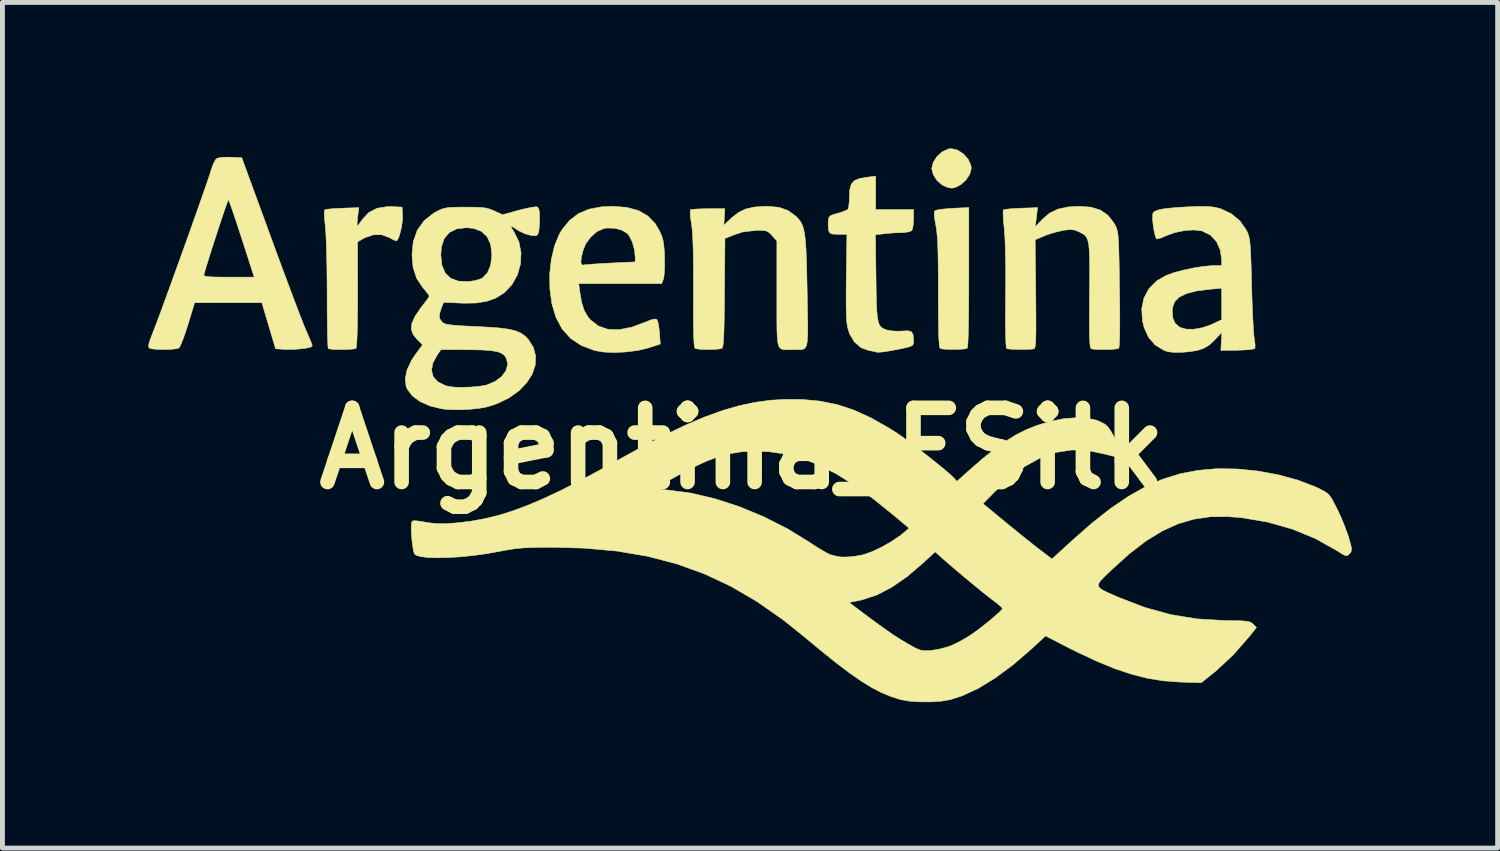
<source format=kicad_pcb>
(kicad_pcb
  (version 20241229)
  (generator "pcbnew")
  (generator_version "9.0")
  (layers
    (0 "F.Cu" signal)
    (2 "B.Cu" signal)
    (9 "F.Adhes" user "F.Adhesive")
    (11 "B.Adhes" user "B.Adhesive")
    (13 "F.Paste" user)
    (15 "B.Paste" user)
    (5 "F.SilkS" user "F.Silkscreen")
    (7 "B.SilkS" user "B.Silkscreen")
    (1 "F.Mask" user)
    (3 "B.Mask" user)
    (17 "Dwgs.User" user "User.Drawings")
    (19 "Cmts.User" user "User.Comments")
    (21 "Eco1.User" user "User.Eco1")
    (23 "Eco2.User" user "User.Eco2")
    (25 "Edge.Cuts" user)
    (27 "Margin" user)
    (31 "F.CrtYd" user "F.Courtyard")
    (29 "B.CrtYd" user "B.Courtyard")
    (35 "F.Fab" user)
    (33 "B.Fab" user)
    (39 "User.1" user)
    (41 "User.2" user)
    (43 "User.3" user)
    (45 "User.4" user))
  (footprint "Argentina_FSilk"
    (layer "F.Cu")
    (at 12.209 6.169)
    (property "Reference" "Argentina_FSilk" (at 0 0 0) (layer "F.SilkS") (effects (font (size 1.524 1.524) (thickness 0.3))))
    (attr through_hole)
    (fp_poly (pts (xy 4.425 -6.134) (xy 4.548 -6.054) (xy 4.646 -5.942) (xy 4.701 -5.815) (xy 4.707 -5.757) (xy 4.677 -5.638) (xy 4.599 -5.521) (xy 4.491 -5.423) (xy 4.371 -5.362) (xy 4.301 -5.351) (xy 4.215 -5.369) (xy 4.117 -5.412) (xy 4.108 -5.417) (xy 4.002 -5.51) (xy 3.926 -5.631) (xy 3.895 -5.753) (xy 3.895 -5.757) (xy 3.925 -5.882) (xy 4.003 -6.002) (xy 4.112 -6.099) (xy 4.235 -6.156) (xy 4.294 -6.164) (xy 4.425 -6.134)) (stroke (width 0.01) (type solid)) (fill yes) (layer "F.SilkS"))
    (fp_poly (pts (xy 4.657 -3.518) (xy 4.656 -3.129) (xy 4.654 -2.798) (xy 4.65 -2.525) (xy 4.645 -2.313) (xy 4.638 -2.163) (xy 4.629 -2.078) (xy 4.623 -2.058) (xy 4.574 -2.046) (xy 4.479 -2.039) (xy 4.36 -2.036) (xy 4.238 -2.037) (xy 4.135 -2.043) (xy 4.073 -2.054) (xy 4.072 -2.054) (xy 4.06 -2.074) (xy 4.051 -2.128) (xy 4.043 -2.219) (xy 4.037 -2.354) (xy 4.034 -2.539) (xy 4.031 -2.779) (xy 4.03 -3.078) (xy 4.03 -3.205) (xy 4.029 -3.539) (xy 4.027 -3.813) (xy 4.023 -4.036) (xy 4.017 -4.215) (xy 4.008 -4.357) (xy 3.997 -4.472) (xy 3.983 -4.566) (xy 3.977 -4.595) (xy 3.95 -4.753) (xy 3.946 -4.851) (xy 3.958 -4.886) (xy 4.005 -4.903) (xy 4.103 -4.918) (xy 4.236 -4.931) (xy 4.325 -4.937) (xy 4.657 -4.953) (xy 4.657 -3.518)) (stroke (width 0.01) (type solid)) (fill yes) (layer "F.SilkS"))
    (fp_poly (pts (xy -7.205 -4.972) (xy -6.993 -4.961) (xy -6.983 -4.799) (xy -6.986 -4.692) (xy -7.002 -4.569) (xy -7.029 -4.447) (xy -7.06 -4.345) (xy -7.093 -4.28) (xy -7.112 -4.267) (xy -7.16 -4.284) (xy -7.237 -4.324) (xy -7.255 -4.335) (xy -7.412 -4.393) (xy -7.585 -4.392) (xy -7.757 -4.333) (xy -7.772 -4.325) (xy -7.908 -4.248) (xy -7.907 -3.165) (xy -7.908 -2.835) (xy -7.911 -2.559) (xy -7.917 -2.341) (xy -7.924 -2.182) (xy -7.933 -2.087) (xy -7.941 -2.058) (xy -7.991 -2.045) (xy -8.085 -2.037) (xy -8.204 -2.033) (xy -8.327 -2.034) (xy -8.432 -2.039) (xy -8.499 -2.049) (xy -8.512 -2.055) (xy -8.517 -2.093) (xy -8.522 -2.19) (xy -8.527 -2.34) (xy -8.53 -2.532) (xy -8.533 -2.759) (xy -8.534 -3.013) (xy -8.534 -3.178) (xy -8.536 -3.475) (xy -8.539 -3.759) (xy -8.545 -4.02) (xy -8.552 -4.247) (xy -8.561 -4.43) (xy -8.57 -4.558) (xy -8.573 -4.579) (xy -8.587 -4.715) (xy -8.594 -4.825) (xy -8.591 -4.892) (xy -8.587 -4.903) (xy -8.545 -4.915) (xy -8.451 -4.926) (xy -8.32 -4.935) (xy -8.223 -4.939) (xy -7.882 -4.951) (xy -7.906 -4.762) (xy -7.916 -4.659) (xy -7.919 -4.59) (xy -7.915 -4.572) (xy -7.889 -4.598) (xy -7.841 -4.663) (xy -7.808 -4.71) (xy -7.678 -4.851) (xy -7.508 -4.938) (xy -7.296 -4.972) (xy -7.205 -4.972)) (stroke (width 0.01) (type solid)) (fill yes) (layer "F.SilkS"))
    (fp_poly (pts (xy 2.743 -4.911) (xy 3.522 -4.911) (xy 3.522 -4.714) (xy 3.515 -4.6) (xy 3.498 -4.512) (xy 3.481 -4.477) (xy 3.426 -4.454) (xy 3.33 -4.439) (xy 3.27 -4.436) (xy 3.127 -4.432) (xy 2.972 -4.42) (xy 2.919 -4.414) (xy 2.738 -4.393) (xy 2.749 -3.509) (xy 2.753 -3.222) (xy 2.758 -2.994) (xy 2.766 -2.82) (xy 2.779 -2.689) (xy 2.797 -2.596) (xy 2.823 -2.532) (xy 2.859 -2.489) (xy 2.905 -2.461) (xy 2.964 -2.438) (xy 2.976 -2.434) (xy 3.077 -2.416) (xy 3.207 -2.41) (xy 3.287 -2.414) (xy 3.408 -2.419) (xy 3.479 -2.398) (xy 3.512 -2.338) (xy 3.521 -2.227) (xy 3.522 -2.195) (xy 3.517 -2.148) (xy 3.495 -2.116) (xy 3.439 -2.091) (xy 3.337 -2.066) (xy 3.277 -2.053) (xy 3.052 -2.009) (xy 2.89 -1.984) (xy 2.79 -1.977) (xy 2.76 -1.981) (xy 2.707 -1.994) (xy 2.618 -2.011) (xy 2.599 -2.014) (xy 2.44 -2.073) (xy 2.306 -2.189) (xy 2.209 -2.35) (xy 2.181 -2.429) (xy 2.164 -2.498) (xy 2.151 -2.579) (xy 2.142 -2.681) (xy 2.137 -2.813) (xy 2.135 -2.985) (xy 2.135 -3.206) (xy 2.138 -3.484) (xy 2.138 -3.509) (xy 2.151 -4.403) (xy 1.973 -4.403) (xy 1.868 -4.406) (xy 1.811 -4.421) (xy 1.784 -4.457) (xy 1.776 -4.483) (xy 1.765 -4.574) (xy 1.767 -4.675) (xy 1.778 -4.741) (xy 1.807 -4.781) (xy 1.871 -4.81) (xy 1.964 -4.835) (xy 2.07 -4.868) (xy 2.149 -4.902) (xy 2.175 -4.922) (xy 2.189 -4.976) (xy 2.199 -5.073) (xy 2.201 -5.148) (xy 2.21 -5.317) (xy 2.24 -5.432) (xy 2.304 -5.506) (xy 2.412 -5.55) (xy 2.576 -5.578) (xy 2.581 -5.578) (xy 2.743 -5.597) (xy 2.743 -4.911)) (stroke (width 0.01) (type solid)) (fill yes) (layer "F.SilkS"))
    (fp_poly (pts (xy -2.379 -4.957) (xy -2.138 -4.892) (xy -1.943 -4.781) (xy -1.79 -4.622) (xy -1.705 -4.479) (xy -1.659 -4.378) (xy -1.63 -4.283) (xy -1.612 -4.174) (xy -1.601 -4.029) (xy -1.598 -3.929) (xy -1.596 -3.764) (xy -1.601 -3.62) (xy -1.613 -3.515) (xy -1.622 -3.48) (xy -1.658 -3.387) (xy -3.362 -3.387) (xy -3.338 -3.209) (xy -3.301 -2.997) (xy -3.248 -2.834) (xy -3.173 -2.705) (xy -3.117 -2.639) (xy -2.954 -2.515) (xy -2.759 -2.449) (xy -2.531 -2.442) (xy -2.27 -2.494) (xy -1.988 -2.599) (xy -1.865 -2.648) (xy -1.789 -2.662) (xy -1.755 -2.649) (xy -1.734 -2.599) (xy -1.715 -2.502) (xy -1.702 -2.379) (xy -1.685 -2.146) (xy -1.935 -2.066) (xy -2.146 -2.015) (xy -2.385 -1.984) (xy -2.628 -1.972) (xy -2.854 -1.982) (xy -3.039 -2.014) (xy -3.04 -2.015) (xy -3.311 -2.118) (xy -3.531 -2.265) (xy -3.704 -2.458) (xy -3.832 -2.699) (xy -3.914 -2.975) (xy -3.955 -3.277) (xy -3.959 -3.587) (xy -3.933 -3.82) (xy -3.318 -3.82) (xy -3.294 -3.772) (xy -3.26 -3.772) (xy -3.206 -3.779) (xy -3.098 -3.788) (xy -2.95 -3.798) (xy -2.776 -3.808) (xy -2.701 -3.812) (xy -2.201 -3.835) (xy -2.201 -3.935) (xy -2.218 -4.093) (xy -2.263 -4.249) (xy -2.327 -4.376) (xy -2.361 -4.417) (xy -2.47 -4.486) (xy -2.617 -4.526) (xy -2.776 -4.532) (xy -2.845 -4.521) (xy -2.984 -4.46) (xy -3.113 -4.35) (xy -3.217 -4.208) (xy -3.268 -4.088) (xy -3.309 -3.925) (xy -3.318 -3.82) (xy -3.933 -3.82) (xy -3.925 -3.889) (xy -3.858 -4.169) (xy -3.758 -4.41) (xy -3.707 -4.496) (xy -3.552 -4.687) (xy -3.369 -4.827) (xy -3.152 -4.919) (xy -2.892 -4.968) (xy -2.67 -4.978) (xy -2.379 -4.957)) (stroke (width 0.01) (type solid)) (fill yes) (layer "F.SilkS"))
    (fp_poly (pts (xy -10.511 -5.987) (xy -10.289 -5.977) (xy -9.688 -4.335) (xy -9.568 -4.007) (xy -9.451 -3.69) (xy -9.339 -3.391) (xy -9.237 -3.118) (xy -9.146 -2.878) (xy -9.069 -2.678) (xy -9.009 -2.526) (xy -8.969 -2.429) (xy -8.963 -2.417) (xy -8.908 -2.29) (xy -8.865 -2.186) (xy -8.842 -2.119) (xy -8.839 -2.107) (xy -8.87 -2.084) (xy -8.953 -2.064) (xy -9.071 -2.048) (xy -9.207 -2.037) (xy -9.347 -2.035) (xy -9.428 -2.038) (xy -9.594 -2.049) (xy -9.735 -2.523) (xy -9.876 -2.997) (xy -11.258 -2.997) (xy -11.395 -2.547) (xy -11.448 -2.381) (xy -11.5 -2.237) (xy -11.544 -2.13) (xy -11.576 -2.071) (xy -11.582 -2.065) (xy -11.644 -2.048) (xy -11.75 -2.038) (xy -11.879 -2.034) (xy -12.009 -2.036) (xy -12.118 -2.045) (xy -12.184 -2.06) (xy -12.187 -2.062) (xy -12.204 -2.088) (xy -12.201 -2.139) (xy -12.175 -2.228) (xy -12.124 -2.364) (xy -12.113 -2.392) (xy -12.066 -2.512) (xy -12.002 -2.681) (xy -11.924 -2.892) (xy -11.835 -3.137) (xy -11.737 -3.406) (xy -11.678 -3.569) (xy -11.068 -3.569) (xy -11.062 -3.551) (xy -11.026 -3.538) (xy -10.952 -3.529) (xy -10.831 -3.524) (xy -10.656 -3.522) (xy -10.556 -3.522) (xy -10.033 -3.522) (xy -10.29 -4.318) (xy -10.361 -4.537) (xy -10.426 -4.733) (xy -10.482 -4.897) (xy -10.526 -5.021) (xy -10.555 -5.095) (xy -10.565 -5.114) (xy -10.578 -5.083) (xy -10.609 -4.999) (xy -10.653 -4.871) (xy -10.706 -4.711) (xy -10.766 -4.53) (xy -10.829 -4.337) (xy -10.892 -4.144) (xy -10.95 -3.962) (xy -11 -3.801) (xy -11.039 -3.672) (xy -11.064 -3.586) (xy -11.068 -3.569) (xy -11.678 -3.569) (xy -11.633 -3.693) (xy -11.526 -3.99) (xy -11.419 -4.287) (xy -11.316 -4.577) (xy -11.218 -4.852) (xy -11.13 -5.104) (xy -11.053 -5.324) (xy -10.99 -5.505) (xy -10.945 -5.639) (xy -10.921 -5.716) (xy -10.875 -5.848) (xy -10.827 -5.937) (xy -10.798 -5.963) (xy -10.732 -5.98) (xy -10.624 -5.988) (xy -10.511 -5.987)) (stroke (width 0.01) (type solid)) (fill yes) (layer "F.SilkS"))
    (fp_poly (pts (xy 0.755 -4.957) (xy 0.942 -4.891) (xy 1.102 -4.773) (xy 1.108 -4.768) (xy 1.159 -4.714) (xy 1.201 -4.658) (xy 1.235 -4.591) (xy 1.262 -4.507) (xy 1.283 -4.398) (xy 1.299 -4.258) (xy 1.311 -4.079) (xy 1.32 -3.854) (xy 1.327 -3.576) (xy 1.334 -3.238) (xy 1.334 -3.212) (xy 1.34 -2.897) (xy 1.345 -2.644) (xy 1.346 -2.445) (xy 1.343 -2.293) (xy 1.334 -2.184) (xy 1.317 -2.109) (xy 1.289 -2.063) (xy 1.251 -2.039) (xy 1.199 -2.03) (xy 1.133 -2.03) (xy 1.051 -2.032) (xy 1.033 -2.032) (xy 0.946 -2.03) (xy 0.876 -2.03) (xy 0.821 -2.037) (xy 0.78 -2.06) (xy 0.75 -2.103) (xy 0.731 -2.174) (xy 0.719 -2.28) (xy 0.713 -2.427) (xy 0.711 -2.622) (xy 0.711 -2.872) (xy 0.711 -3.17) (xy 0.711 -4.266) (xy 0.612 -4.377) (xy 0.555 -4.436) (xy 0.503 -4.468) (xy 0.432 -4.482) (xy 0.321 -4.484) (xy 0.282 -4.483) (xy 0.008 -4.45) (xy -0.152 -4.398) (xy -0.356 -4.318) (xy -0.365 -3.202) (xy -0.368 -2.877) (xy -0.372 -2.614) (xy -0.377 -2.409) (xy -0.384 -2.256) (xy -0.392 -2.15) (xy -0.403 -2.087) (xy -0.415 -2.06) (xy -0.415 -2.06) (xy -0.472 -2.045) (xy -0.573 -2.037) (xy -0.697 -2.034) (xy -0.819 -2.036) (xy -0.919 -2.045) (xy -0.97 -2.058) (xy -0.982 -2.086) (xy -0.991 -2.159) (xy -0.998 -2.279) (xy -1.002 -2.451) (xy -1.005 -2.68) (xy -1.005 -2.969) (xy -1.004 -3.217) (xy -1.004 -3.588) (xy -1.006 -3.897) (xy -1.011 -4.149) (xy -1.019 -4.349) (xy -1.03 -4.503) (xy -1.044 -4.617) (xy -1.044 -4.617) (xy -1.063 -4.744) (xy -1.071 -4.845) (xy -1.069 -4.9) (xy -1.067 -4.905) (xy -1.025 -4.915) (xy -0.932 -4.922) (xy -0.801 -4.927) (xy -0.701 -4.928) (xy -0.358 -4.928) (xy -0.368 -4.759) (xy -0.379 -4.591) (xy -0.212 -4.747) (xy -0.078 -4.852) (xy 0.068 -4.922) (xy 0.243 -4.962) (xy 0.462 -4.978) (xy 0.528 -4.978) (xy 0.755 -4.957)) (stroke (width 0.01) (type solid)) (fill yes) (layer "F.SilkS"))
    (fp_poly (pts (xy 7.171 -4.96) (xy 7.361 -4.901) (xy 7.512 -4.798) (xy 7.635 -4.643) (xy 7.666 -4.589) (xy 7.685 -4.55) (xy 7.701 -4.508) (xy 7.714 -4.456) (xy 7.724 -4.386) (xy 7.731 -4.291) (xy 7.738 -4.163) (xy 7.743 -3.995) (xy 7.748 -3.779) (xy 7.752 -3.509) (xy 7.755 -3.268) (xy 7.76 -2.912) (xy 7.761 -2.616) (xy 7.759 -2.381) (xy 7.755 -2.208) (xy 7.748 -2.1) (xy 7.739 -2.058) (xy 7.739 -2.058) (xy 7.689 -2.046) (xy 7.594 -2.037) (xy 7.474 -2.033) (xy 7.35 -2.033) (xy 7.244 -2.038) (xy 7.178 -2.048) (xy 7.174 -2.049) (xy 7.161 -2.066) (xy 7.151 -2.108) (xy 7.144 -2.183) (xy 7.139 -2.296) (xy 7.136 -2.454) (xy 7.136 -2.664) (xy 7.137 -2.93) (xy 7.138 -3.141) (xy 7.141 -3.458) (xy 7.142 -3.714) (xy 7.139 -3.917) (xy 7.133 -4.073) (xy 7.122 -4.191) (xy 7.104 -4.276) (xy 7.079 -4.337) (xy 7.045 -4.38) (xy 7.001 -4.413) (xy 6.946 -4.442) (xy 6.928 -4.451) (xy 6.842 -4.487) (xy 6.763 -4.5) (xy 6.661 -4.492) (xy 6.589 -4.481) (xy 6.437 -4.446) (xy 6.279 -4.397) (xy 6.202 -4.367) (xy 6.021 -4.29) (xy 6.033 -3.178) (xy 6.036 -2.865) (xy 6.037 -2.613) (xy 6.037 -2.417) (xy 6.034 -2.27) (xy 6.029 -2.166) (xy 6.021 -2.098) (xy 6.011 -2.061) (xy 6 -2.049) (xy 5.944 -2.041) (xy 5.843 -2.036) (xy 5.72 -2.035) (xy 5.596 -2.037) (xy 5.494 -2.043) (xy 5.437 -2.051) (xy 5.436 -2.052) (xy 5.425 -2.09) (xy 5.418 -2.194) (xy 5.413 -2.361) (xy 5.41 -2.59) (xy 5.411 -2.878) (xy 5.413 -3.124) (xy 5.415 -3.492) (xy 5.413 -3.821) (xy 5.407 -4.105) (xy 5.399 -4.336) (xy 5.386 -4.507) (xy 5.384 -4.532) (xy 5.369 -4.679) (xy 5.362 -4.8) (xy 5.362 -4.88) (xy 5.367 -4.904) (xy 5.409 -4.915) (xy 5.503 -4.926) (xy 5.633 -4.935) (xy 5.731 -4.939) (xy 6.071 -4.951) (xy 6.023 -4.555) (xy 6.17 -4.712) (xy 6.317 -4.838) (xy 6.492 -4.921) (xy 6.706 -4.966) (xy 6.933 -4.978) (xy 7.171 -4.96)) (stroke (width 0.01) (type solid)) (fill yes) (layer "F.SilkS"))
    (fp_poly (pts (xy 9.537 -4.975) (xy 9.653 -4.967) (xy 9.749 -4.951) (xy 9.834 -4.928) (xy 10.051 -4.827) (xy 10.232 -4.676) (xy 10.364 -4.487) (xy 10.368 -4.479) (xy 10.391 -4.429) (xy 10.41 -4.377) (xy 10.424 -4.316) (xy 10.435 -4.236) (xy 10.444 -4.129) (xy 10.452 -3.986) (xy 10.459 -3.799) (xy 10.466 -3.559) (xy 10.471 -3.353) (xy 10.478 -3.095) (xy 10.487 -2.853) (xy 10.497 -2.636) (xy 10.508 -2.454) (xy 10.518 -2.319) (xy 10.527 -2.239) (xy 10.528 -2.235) (xy 10.542 -2.138) (xy 10.54 -2.069) (xy 10.533 -2.053) (xy 10.488 -2.04) (xy 10.392 -2.029) (xy 10.261 -2.022) (xy 10.171 -2.019) (xy 9.838 -2.015) (xy 9.848 -2.201) (xy 9.859 -2.388) (xy 9.711 -2.23) (xy 9.603 -2.129) (xy 9.488 -2.059) (xy 9.351 -2.014) (xy 9.173 -1.987) (xy 9.042 -1.977) (xy 8.871 -1.975) (xy 8.746 -1.99) (xy 8.67 -2.016) (xy 8.486 -2.129) (xy 8.351 -2.285) (xy 8.26 -2.488) (xy 8.226 -2.627) (xy 8.214 -2.827) (xy 8.839 -2.827) (xy 8.852 -2.678) (xy 8.897 -2.575) (xy 8.982 -2.5) (xy 9.001 -2.489) (xy 9.122 -2.453) (xy 9.282 -2.451) (xy 9.461 -2.483) (xy 9.641 -2.545) (xy 9.663 -2.556) (xy 9.855 -2.647) (xy 9.855 -3.294) (xy 9.603 -3.272) (xy 9.336 -3.237) (xy 9.132 -3.184) (xy 8.984 -3.112) (xy 8.89 -3.018) (xy 8.845 -2.898) (xy 8.839 -2.827) (xy 8.214 -2.827) (xy 8.211 -2.872) (xy 8.258 -3.095) (xy 8.363 -3.289) (xy 8.523 -3.448) (xy 8.712 -3.556) (xy 8.87 -3.613) (xy 9.07 -3.666) (xy 9.285 -3.712) (xy 9.491 -3.744) (xy 9.661 -3.759) (xy 9.677 -3.759) (xy 9.855 -3.759) (xy 9.855 -3.869) (xy 9.827 -4.077) (xy 9.749 -4.252) (xy 9.625 -4.385) (xy 9.46 -4.468) (xy 9.446 -4.472) (xy 9.285 -4.492) (xy 9.091 -4.479) (xy 8.888 -4.437) (xy 8.701 -4.368) (xy 8.689 -4.363) (xy 8.598 -4.324) (xy 8.532 -4.307) (xy 8.514 -4.31) (xy 8.492 -4.361) (xy 8.469 -4.457) (xy 8.449 -4.575) (xy 8.436 -4.694) (xy 8.434 -4.746) (xy 8.438 -4.824) (xy 8.465 -4.867) (xy 8.533 -4.896) (xy 8.577 -4.909) (xy 8.665 -4.926) (xy 8.803 -4.942) (xy 8.973 -4.957) (xy 9.157 -4.967) (xy 9.183 -4.968) (xy 9.386 -4.975) (xy 9.537 -4.975)) (stroke (width 0.01) (type solid)) (fill yes) (layer "F.SilkS"))
    (fp_poly (pts (xy -4.217 -4.966) (xy -4.187 -4.935) (xy -4.171 -4.862) (xy -4.166 -4.735) (xy -4.166 -4.734) (xy -4.17 -4.607) (xy -4.179 -4.497) (xy -4.188 -4.441) (xy -4.21 -4.39) (xy -4.253 -4.372) (xy -4.339 -4.379) (xy -4.342 -4.379) (xy -4.456 -4.41) (xy -4.577 -4.466) (xy -4.608 -4.484) (xy -4.689 -4.536) (xy -4.745 -4.568) (xy -4.757 -4.572) (xy -4.75 -4.547) (xy -4.713 -4.485) (xy -4.69 -4.449) (xy -4.591 -4.246) (xy -4.548 -4.023) (xy -4.559 -3.793) (xy -4.621 -3.571) (xy -4.733 -3.37) (xy -4.89 -3.204) (xy -4.904 -3.193) (xy -5.069 -3.091) (xy -5.252 -3.025) (xy -5.468 -2.99) (xy -5.73 -2.986) (xy -5.784 -2.988) (xy -6.138 -3.003) (xy -6.185 -2.891) (xy -6.225 -2.762) (xy -6.22 -2.668) (xy -6.167 -2.594) (xy -6.166 -2.593) (xy -6.133 -2.572) (xy -6.08 -2.554) (xy -5.998 -2.541) (xy -5.878 -2.529) (xy -5.709 -2.518) (xy -5.483 -2.508) (xy -5.464 -2.507) (xy -5.185 -2.492) (xy -4.964 -2.474) (xy -4.793 -2.45) (xy -4.66 -2.418) (xy -4.558 -2.375) (xy -4.475 -2.319) (xy -4.405 -2.25) (xy -4.295 -2.08) (xy -4.247 -1.899) (xy -4.256 -1.712) (xy -4.319 -1.527) (xy -4.433 -1.349) (xy -4.592 -1.185) (xy -4.794 -1.041) (xy -5.035 -0.923) (xy -5.232 -0.858) (xy -5.404 -0.825) (xy -5.616 -0.803) (xy -5.84 -0.795) (xy -6.049 -0.8) (xy -6.173 -0.814) (xy -6.418 -0.873) (xy -6.624 -0.964) (xy -6.784 -1.082) (xy -6.888 -1.222) (xy -6.911 -1.277) (xy -6.929 -1.435) (xy -6.893 -1.608) (xy -6.388 -1.608) (xy -6.354 -1.476) (xy -6.259 -1.37) (xy -6.105 -1.294) (xy -6.045 -1.277) (xy -5.924 -1.261) (xy -5.762 -1.256) (xy -5.583 -1.262) (xy -5.412 -1.277) (xy -5.274 -1.3) (xy -5.249 -1.307) (xy -5.078 -1.38) (xy -4.945 -1.48) (xy -4.858 -1.599) (xy -4.823 -1.725) (xy -4.848 -1.85) (xy -4.849 -1.852) (xy -4.888 -1.912) (xy -4.948 -1.957) (xy -5.037 -1.99) (xy -5.164 -2.011) (xy -5.337 -2.024) (xy -5.566 -2.029) (xy -5.662 -2.03) (xy -6.193 -2.032) (xy -6.266 -1.929) (xy -6.359 -1.76) (xy -6.388 -1.608) (xy -6.893 -1.608) (xy -6.891 -1.616) (xy -6.799 -1.812) (xy -6.72 -1.93) (xy -6.573 -2.13) (xy -6.69 -2.247) (xy -6.77 -2.349) (xy -6.805 -2.454) (xy -6.792 -2.572) (xy -6.73 -2.711) (xy -6.617 -2.879) (xy -6.548 -2.969) (xy -6.484 -3.052) (xy -6.443 -3.114) (xy -6.435 -3.133) (xy -6.455 -3.169) (xy -6.509 -3.238) (xy -6.566 -3.305) (xy -6.693 -3.495) (xy -6.767 -3.72) (xy -6.79 -3.979) (xy -6.197 -3.979) (xy -6.175 -3.768) (xy -6.108 -3.608) (xy -5.995 -3.499) (xy -5.837 -3.44) (xy -5.636 -3.431) (xy -5.509 -3.448) (xy -5.397 -3.478) (xy -5.342 -3.503) (xy -5.238 -3.611) (xy -5.172 -3.77) (xy -5.148 -3.973) (xy -5.148 -3.984) (xy -5.172 -4.192) (xy -5.244 -4.352) (xy -5.362 -4.463) (xy -5.526 -4.525) (xy -5.672 -4.538) (xy -5.87 -4.514) (xy -6.021 -4.44) (xy -6.126 -4.317) (xy -6.184 -4.145) (xy -6.197 -3.979) (xy -6.79 -3.979) (xy -6.763 -4.252) (xy -6.681 -4.485) (xy -6.544 -4.678) (xy -6.352 -4.832) (xy -6.287 -4.87) (xy -6.209 -4.908) (xy -6.138 -4.934) (xy -6.058 -4.95) (xy -5.953 -4.958) (xy -5.806 -4.961) (xy -5.69 -4.961) (xy -5.504 -4.96) (xy -5.369 -4.954) (xy -5.269 -4.942) (xy -5.188 -4.92) (xy -5.108 -4.888) (xy -5.097 -4.883) (xy -4.928 -4.805) (xy -4.598 -4.896) (xy -4.454 -4.932) (xy -4.33 -4.957) (xy -4.245 -4.968) (xy -4.217 -4.966)) (stroke (width 0.01) (type solid)) (fill yes) (layer "F.SilkS"))
    (fp_poly (pts (xy 1.236 -1.007) (xy 1.603 -0.973) (xy 1.953 -0.901) (xy 2.299 -0.787) (xy 2.652 -0.626) (xy 3.026 -0.413) (xy 3.167 -0.324) (xy 3.282 -0.245) (xy 3.428 -0.139) (xy 3.593 -0.014) (xy 3.766 0.119) (xy 3.936 0.253) (xy 4.092 0.379) (xy 4.222 0.488) (xy 4.315 0.571) (xy 4.348 0.605) (xy 4.412 0.676) (xy 4.648 0.465) (xy 4.93 0.219) (xy 5.18 0.018) (xy 5.407 -0.145) (xy 5.621 -0.277) (xy 5.833 -0.384) (xy 6.052 -0.472) (xy 6.333 -0.558) (xy 6.608 -0.612) (xy 6.867 -0.632) (xy 7.102 -0.62) (xy 7.3 -0.576) (xy 7.454 -0.5) (xy 7.506 -0.454) (xy 7.567 -0.373) (xy 7.631 -0.262) (xy 7.691 -0.138) (xy 7.739 -0.016) (xy 7.77 0.087) (xy 7.776 0.154) (xy 7.77 0.168) (xy 7.722 0.174) (xy 7.624 0.159) (xy 7.486 0.125) (xy 7.455 0.116) (xy 7.109 0.044) (xy 6.775 0.031) (xy 6.449 0.081) (xy 6.128 0.193) (xy 5.809 0.369) (xy 5.488 0.611) (xy 5.192 0.887) (xy 4.949 1.135) (xy 5.429 1.531) (xy 5.602 1.672) (xy 5.776 1.813) (xy 5.936 1.941) (xy 6.068 2.045) (xy 6.139 2.099) (xy 6.367 2.272) (xy 6.772 1.901) (xy 7.182 1.54) (xy 7.568 1.236) (xy 7.936 0.986) (xy 8.292 0.785) (xy 8.644 0.631) (xy 8.998 0.521) (xy 9.361 0.451) (xy 9.739 0.417) (xy 9.771 0.416) (xy 10.182 0.422) (xy 10.606 0.465) (xy 11.024 0.542) (xy 11.419 0.65) (xy 11.772 0.785) (xy 11.854 0.823) (xy 11.953 0.873) (xy 12.022 0.918) (xy 12.077 0.972) (xy 12.128 1.049) (xy 12.188 1.164) (xy 12.233 1.253) (xy 12.312 1.423) (xy 12.387 1.606) (xy 12.448 1.773) (xy 12.468 1.836) (xy 12.505 1.967) (xy 12.523 2.05) (xy 12.522 2.101) (xy 12.505 2.138) (xy 12.483 2.164) (xy 12.45 2.196) (xy 12.417 2.206) (xy 12.368 2.189) (xy 12.288 2.142) (xy 12.215 2.095) (xy 11.779 1.851) (xy 11.303 1.656) (xy 10.798 1.513) (xy 10.273 1.424) (xy 9.978 1.401) (xy 9.624 1.404) (xy 9.286 1.453) (xy 8.957 1.55) (xy 8.631 1.698) (xy 8.301 1.901) (xy 7.961 2.162) (xy 7.605 2.482) (xy 7.589 2.497) (xy 7.456 2.625) (xy 7.366 2.719) (xy 7.321 2.788) (xy 7.325 2.843) (xy 7.38 2.894) (xy 7.489 2.952) (xy 7.655 3.025) (xy 7.742 3.063) (xy 8.278 3.269) (xy 8.808 3.415) (xy 9.346 3.503) (xy 9.909 3.537) (xy 9.932 3.537) (xy 10.128 3.54) (xy 10.268 3.544) (xy 10.364 3.552) (xy 10.427 3.565) (xy 10.469 3.584) (xy 10.501 3.611) (xy 10.57 3.68) (xy 10.439 3.847) (xy 10.092 4.244) (xy 9.731 4.579) (xy 9.693 4.609) (xy 9.436 4.816) (xy 8.977 4.801) (xy 8.656 4.777) (xy 8.337 4.726) (xy 8.011 4.644) (xy 7.668 4.53) (xy 7.297 4.378) (xy 6.89 4.188) (xy 6.665 4.075) (xy 6.235 3.853) (xy 5.936 4.129) (xy 5.562 4.451) (xy 5.199 4.719) (xy 4.85 4.932) (xy 4.519 5.086) (xy 4.279 5.163) (xy 4.095 5.195) (xy 3.873 5.21) (xy 3.64 5.209) (xy 3.422 5.193) (xy 3.251 5.162) (xy 3.058 5.101) (xy 2.863 5.02) (xy 2.659 4.914) (xy 2.438 4.777) (xy 2.193 4.606) (xy 1.917 4.397) (xy 1.603 4.144) (xy 1.52 4.075) (xy 1.349 3.933) (xy 1.18 3.795) (xy 1.026 3.671) (xy 0.9 3.571) (xy 0.83 3.516) (xy 0.331 3.167) (xy 2.196 3.167) (xy 2.563 3.442) (xy 2.774 3.598) (xy 2.946 3.722) (xy 3.091 3.823) (xy 3.225 3.909) (xy 3.361 3.991) (xy 3.454 4.045) (xy 3.574 4.11) (xy 3.663 4.145) (xy 3.746 4.158) (xy 3.851 4.155) (xy 3.883 4.152) (xy 4.036 4.128) (xy 4.202 4.085) (xy 4.294 4.053) (xy 4.433 3.988) (xy 4.588 3.902) (xy 4.701 3.831) (xy 4.817 3.749) (xy 4.944 3.652) (xy 5.071 3.551) (xy 5.186 3.454) (xy 5.279 3.371) (xy 5.337 3.312) (xy 5.351 3.289) (xy 5.326 3.259) (xy 5.258 3.201) (xy 5.162 3.126) (xy 5.135 3.106) (xy 5.038 3.031) (xy 4.903 2.923) (xy 4.742 2.791) (xy 4.568 2.646) (xy 4.393 2.499) (xy 4.23 2.359) (xy 4.092 2.239) (xy 4.04 2.192) (xy 3.965 2.125) (xy 3.718 2.353) (xy 3.388 2.635) (xy 3.071 2.854) (xy 2.766 3.012) (xy 2.467 3.111) (xy 2.41 3.124) (xy 2.196 3.167) (xy 0.331 3.167) (xy 0.303 3.147) (xy -0.232 2.835) (xy -0.781 2.577) (xy -1.351 2.372) (xy -1.949 2.216) (xy -2.581 2.109) (xy -3.254 2.049) (xy -3.887 2.032) (xy -4.139 2.033) (xy -4.34 2.037) (xy -4.504 2.045) (xy -4.648 2.058) (xy -4.788 2.078) (xy -4.939 2.106) (xy -4.988 2.115) (xy -5.254 2.163) (xy -5.524 2.2) (xy -5.789 2.227) (xy -6.038 2.243) (xy -6.264 2.248) (xy -6.457 2.242) (xy -6.607 2.224) (xy -6.706 2.194) (xy -6.74 2.167) (xy -6.758 2.108) (xy -6.776 2.002) (xy -6.792 1.872) (xy -6.802 1.738) (xy -6.806 1.622) (xy -6.802 1.557) (xy -6.796 1.518) (xy -6.781 1.494) (xy -6.747 1.485) (xy -6.681 1.489) (xy -6.569 1.506) (xy -6.44 1.528) (xy -6.284 1.545) (xy -6.102 1.546) (xy -5.874 1.53) (xy -5.841 1.527) (xy -5.56 1.492) (xy -5.283 1.441) (xy -5.002 1.372) (xy -4.712 1.281) (xy -4.404 1.166) (xy -4.074 1.025) (xy -3.713 0.855) (xy -3.635 0.815) (xy -1.761 0.815) (xy -1.73 0.828) (xy -1.648 0.842) (xy -1.532 0.855) (xy -1.516 0.856) (xy -1.047 0.919) (xy -0.555 1.035) (xy -0.054 1.198) (xy 0.444 1.405) (xy 0.926 1.649) (xy 1.352 1.91) (xy 1.501 2.007) (xy 1.637 2.091) (xy 1.747 2.153) (xy 1.817 2.186) (xy 1.826 2.188) (xy 1.905 2.207) (xy 1.947 2.219) (xy 2.041 2.232) (xy 2.175 2.23) (xy 2.328 2.214) (xy 2.476 2.187) (xy 2.491 2.183) (xy 2.664 2.123) (xy 2.864 2.029) (xy 3.064 1.915) (xy 3.243 1.794) (xy 3.298 1.749) (xy 3.43 1.639) (xy 3.113 1.373) (xy 2.693 1.035) (xy 2.301 0.752) (xy 1.932 0.522) (xy 1.579 0.341) (xy 1.237 0.207) (xy 0.899 0.117) (xy 0.559 0.068) (xy 0.271 0.056) (xy -0.017 0.069) (xy -0.278 0.111) (xy -0.544 0.188) (xy -0.728 0.258) (xy -0.828 0.303) (xy -0.959 0.366) (xy -1.109 0.442) (xy -1.267 0.525) (xy -1.42 0.608) (xy -1.558 0.685) (xy -1.668 0.749) (xy -1.74 0.795) (xy -1.761 0.815) (xy -3.635 0.815) (xy -3.315 0.652) (xy -2.874 0.415) (xy -2.523 0.221) (xy -2.02 -0.055) (xy -1.564 -0.291) (xy -1.147 -0.489) (xy -0.762 -0.652) (xy -0.404 -0.781) (xy -0.064 -0.879) (xy 0.263 -0.949) (xy 0.584 -0.992) (xy 0.907 -1.01) (xy 1.236 -1.007)) (stroke (width 0.01) (type solid)) (fill yes) (layer "F.SilkS")))
  (gr_rect
    (start -3 -3)
    (end 27.737 14.384)
    (stroke (width 0.1) (type default))
    (fill no)
    (layer "Edge.Cuts")))
</source>
